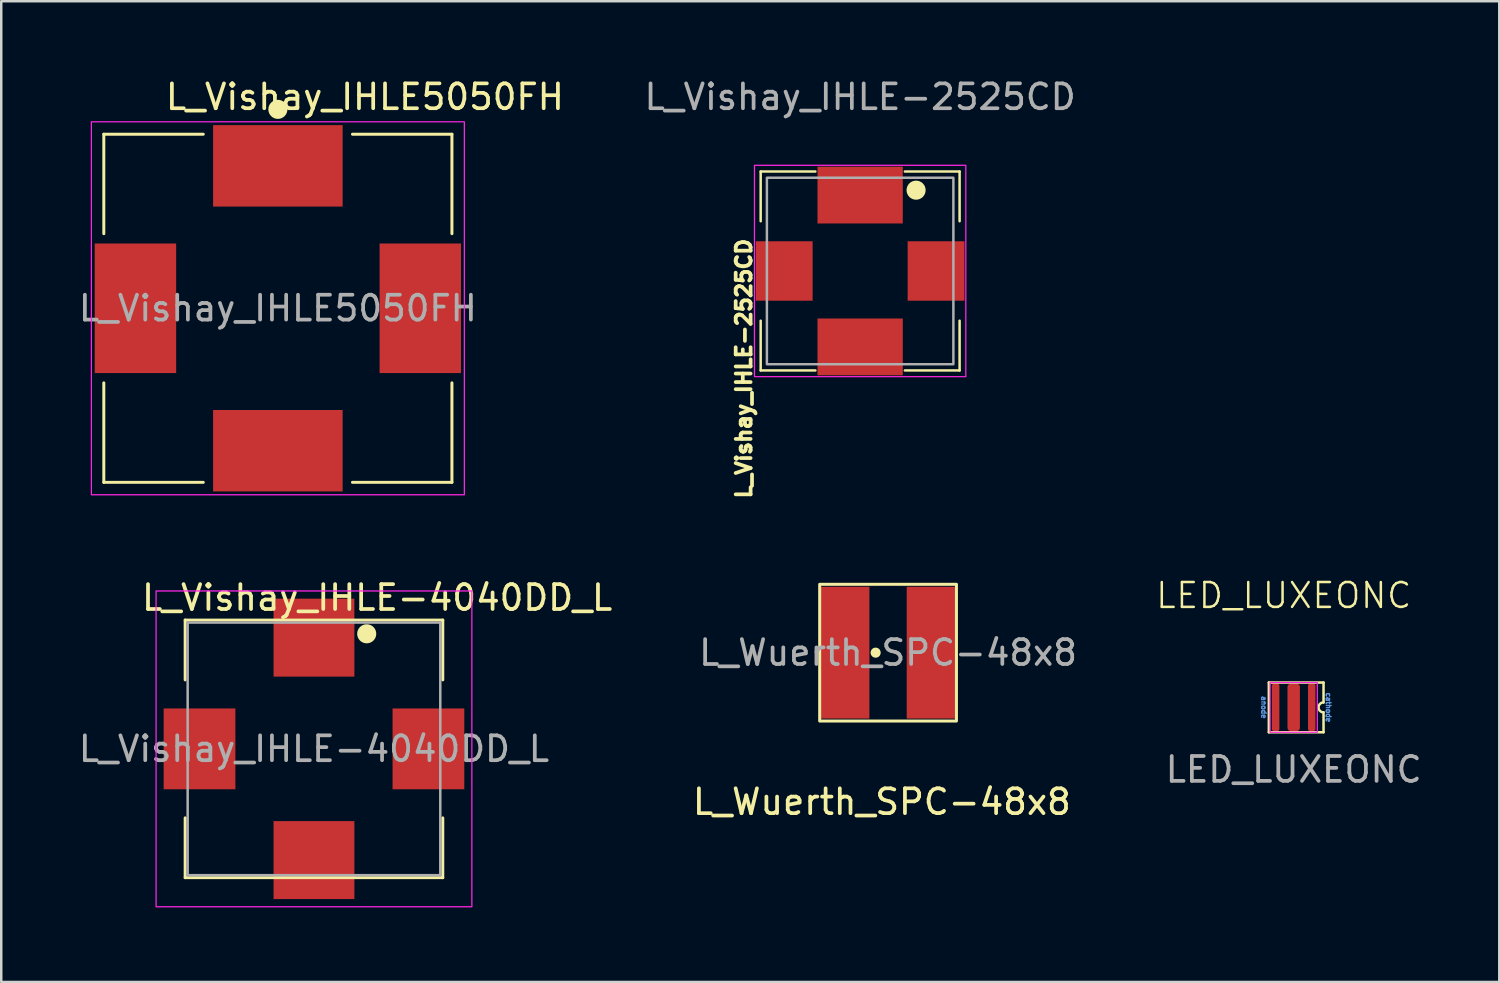
<source format=kicad_pcb>
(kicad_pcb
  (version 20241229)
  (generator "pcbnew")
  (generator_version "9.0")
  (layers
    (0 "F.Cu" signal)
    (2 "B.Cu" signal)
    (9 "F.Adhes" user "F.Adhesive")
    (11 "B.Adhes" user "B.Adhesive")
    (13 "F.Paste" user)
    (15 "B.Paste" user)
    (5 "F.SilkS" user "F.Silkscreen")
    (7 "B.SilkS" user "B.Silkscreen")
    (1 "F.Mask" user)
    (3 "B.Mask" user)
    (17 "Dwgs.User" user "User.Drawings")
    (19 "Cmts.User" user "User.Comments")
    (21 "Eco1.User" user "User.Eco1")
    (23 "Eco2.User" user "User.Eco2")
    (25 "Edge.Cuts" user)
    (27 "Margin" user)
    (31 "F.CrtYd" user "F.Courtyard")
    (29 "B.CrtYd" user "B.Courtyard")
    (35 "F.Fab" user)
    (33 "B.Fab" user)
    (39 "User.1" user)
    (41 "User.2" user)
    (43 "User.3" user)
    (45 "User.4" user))
  (footprint "L_Vishay_IHLE5050FH"
    (layer "F.Cu")
    (at 8.125 9.348)
    (property "Reference" "L_Vishay_IHLE5050FH" (at 3.5 -8.5 0) (layer "F.SilkS") (effects (font (size 1 1) (thickness 0.15))))
    (attr smd)
    (fp_line (start -7 -7) (end -3 -7) (stroke (width 0.12) (type default)) (layer "F.SilkS"))
    (fp_line (start -7 -3) (end -7 -7) (stroke (width 0.12) (type default)) (layer "F.SilkS"))
    (fp_line (start -7 7) (end -7 3) (stroke (width 0.12) (type default)) (layer "F.SilkS"))
    (fp_line (start -3 7) (end -7 7) (stroke (width 0.12) (type default)) (layer "F.SilkS"))
    (fp_line (start 3 -7) (end 7 -7) (stroke (width 0.12) (type default)) (layer "F.SilkS"))
    (fp_line (start 7 -7) (end 7 -3) (stroke (width 0.12) (type default)) (layer "F.SilkS"))
    (fp_line (start 7 3) (end 7 7) (stroke (width 0.12) (type default)) (layer "F.SilkS"))
    (fp_line (start 7 7) (end 3 7) (stroke (width 0.12) (type default)) (layer "F.SilkS"))
    (fp_circle (center 0 -8) (end 0.334 -8) (stroke (width 0.1) (type solid)) (fill yes) (layer "F.SilkS"))
    (fp_rect (start -7.5 -7.5) (end 7.5 7.5) (stroke (width 0.05) (type default)) (fill no) (layer "F.CrtYd"))
    (fp_text user "${REFERENCE}" (at 0 0 0) (layer "F.Fab") (effects (font (size 1 1) (thickness 0.15))))
    (pad "1" smd rect (at 0 -5.728 90) (size 3.275 5.21) (layers "F.Cu" "F.Mask" "F.Paste"))
    (pad "2" smd rect (at 0 5.728 270) (size 3.275 5.21) (layers "F.Cu" "F.Mask" "F.Paste"))
    (pad "3" smd rect (at -5.728 0 180) (size 3.275 5.21) (layers "F.Cu" "F.Mask" "F.Paste"))
    (pad "4" smd rect (at 5.728 0) (size 3.275 5.21) (layers "F.Cu" "F.Mask" "F.Paste")))
  (footprint "L_Vishay_IHLE-4040DD_L"
    (layer "F.Cu")
    (at 9.577 27.067)
    (property "Reference" "L_Vishay_IHLE-4040DD_L" (at 2.54 -6.08 0) (layer "F.SilkS") (effects (font (size 1 1) (thickness 0.15))))
    (attr smd)
    (fp_line (start -5.18 -5.18) (end 5.18 -5.18) (stroke (width 0.12) (type solid)) (layer "F.SilkS"))
    (fp_line (start -5.18 -2.775) (end -5.18 -5.18) (stroke (width 0.12) (type solid)) (layer "F.SilkS"))
    (fp_line (start -5.18 2.775) (end -5.18 5.18) (stroke (width 0.12) (type solid)) (layer "F.SilkS"))
    (fp_line (start -5.18 5.18) (end 5.18 5.18) (stroke (width 0.12) (type solid)) (layer "F.SilkS"))
    (fp_line (start 5.18 -5.18) (end 5.18 -2.775) (stroke (width 0.12) (type solid)) (layer "F.SilkS"))
    (fp_line (start 5.18 5.18) (end 5.18 2.775) (stroke (width 0.12) (type solid)) (layer "F.SilkS"))
    (fp_circle (center 2.121 -4.628) (end 2.455 -4.628) (stroke (width 0.1) (type solid)) (fill yes) (layer "F.SilkS"))
    (fp_rect (start -6.35 -6.35) (end 6.35 6.35) (stroke (width 0.05) (type default)) (fill no) (layer "F.CrtYd"))
    (fp_line (start -5.08 -5.08) (end -5.08 5.08) (stroke (width 0.1) (type solid)) (layer "F.Fab"))
    (fp_line (start -5.08 5.08) (end 5.08 5.08) (stroke (width 0.1) (type solid)) (layer "F.Fab"))
    (fp_line (start 5.08 -5.08) (end -5.08 -5.08) (stroke (width 0.1) (type solid)) (layer "F.Fab"))
    (fp_line (start 5.08 5.08) (end 5.08 -5.08) (stroke (width 0.1) (type solid)) (layer "F.Fab"))
    (fp_text user "${REFERENCE}" (at 0 0 0) (layer "F.Fab") (effects (font (size 1 1) (thickness 0.15))))
    (pad "1" smd rect (at 0 -4.473 90) (size 3.135 3.25) (layers "F.Cu" "F.Mask" "F.Paste"))
    (pad "2" smd rect (at 0 4.473 90) (size 3.135 3.25) (layers "F.Cu" "F.Mask" "F.Paste"))
    (pad "3" smd rect (at -4.603 0) (size 2.885 3.25) (layers "F.Cu" "F.Mask" "F.Paste"))
    (pad "4" smd rect (at 4.603 0) (size 2.885 3.25) (layers "F.Cu" "F.Mask" "F.Paste")))
  (footprint "LED_LUXEONC"
    (layer "F.Cu")
    (at 48.978 25.399)
    (property "Reference" "LED_LUXEONC" (at -0.4 -4.5 0) (unlocked yes) (layer "F.SilkS") (effects (font (size 1 1) (thickness 0.1))))
    (attr smd)
    (fp_line (start -1 -1) (end -1 1) (stroke (width 0.1) (type default)) (layer "F.SilkS"))
    (fp_line (start -1 1) (end 1.2 1) (stroke (width 0.1) (type default)) (layer "F.SilkS"))
    (fp_line (start 1.2 -1) (end -1 -1) (stroke (width 0.1) (type default)) (layer "F.SilkS"))
    (fp_line (start 1.2 -0.2) (end 1.2 -1) (stroke (width 0.1) (type default)) (layer "F.SilkS"))
    (fp_line (start 1.2 1) (end 1.2 0.2) (stroke (width 0.1) (type default)) (layer "F.SilkS"))
    (fp_arc (start 1.2 0.2) (mid 1 0) (end 1.2 -0.2) (stroke (width 0.1) (type default)) (layer "F.SilkS"))
    (fp_rect (start -0.95 -1) (end 0.95 1) (stroke (width 0.05) (type default)) (fill no) (layer "F.CrtYd"))
    (fp_text user "anode" (at -1.2 0 270) (unlocked yes) (layer "Cmts.User") (effects (font (size 0.2 0.2) (thickness 0.05))))
    (fp_text user "cathode" (at 1.4 0 270) (unlocked yes) (layer "Cmts.User") (effects (font (size 0.2 0.2) (thickness 0.05))))
    (fp_text user "${REFERENCE}" (at 0 2.5 0) (unlocked yes) (layer "F.Fab") (effects (font (size 1 1) (thickness 0.15))))
    (pad "1" smd roundrect (at -0.725 0) (size 0.3 1.9) (layers "F.Cu" "F.Mask" "F.Paste") (roundrect_rratio 0.25))
    (pad "2" smd roundrect (at 0.725 0) (size 0.3 1.9) (layers "F.Cu" "F.Mask" "F.Paste") (roundrect_rratio 0.25))
    (pad "3" smd roundrect (at 0 0) (size 0.5 1.9) (layers "F.Cu" "F.Mask" "F.Paste") (roundrect_rratio 0.25)))
  (footprint "L_Vishay_IHLE-2525CD"
    (layer "F.Cu")
    (at 31.542 7.848)
    (property "Reference" "L_Vishay_IHLE-2525CD" (at -4.675 3.925 90) (layer "F.SilkS") (effects (font (size 0.6 0.6) (thickness 0.15))))
    (attr smd)
    (fp_line (start -4 -4) (end -4 -2) (stroke (width 0.1) (type default)) (layer "F.SilkS"))
    (fp_line (start -4 4) (end -4 2) (stroke (width 0.1) (type default)) (layer "F.SilkS"))
    (fp_line (start -1.8 -4) (end -4 -4) (stroke (width 0.1) (type default)) (layer "F.SilkS"))
    (fp_line (start -1.8 4) (end -4 4) (stroke (width 0.1) (type default)) (layer "F.SilkS"))
    (fp_line (start 1.8 4) (end 4 4) (stroke (width 0.1) (type default)) (layer "F.SilkS"))
    (fp_line (start 4 -4) (end 1.8 -4) (stroke (width 0.1) (type default)) (layer "F.SilkS"))
    (fp_line (start 4 -4) (end 4 -2) (stroke (width 0.1) (type default)) (layer "F.SilkS"))
    (fp_line (start 4 4) (end 4 2) (stroke (width 0.1) (type default)) (layer "F.SilkS"))
    (fp_circle (center 2.25 -3.25) (end 2.584 -3.25) (stroke (width 0.1) (type solid)) (fill yes) (layer "F.SilkS"))
    (fp_rect (start -4.25 4.25) (end 4.25 -4.25) (stroke (width 0.05) (type default)) (fill no) (layer "F.CrtYd"))
    (fp_rect (start -3.75 3.75) (end 3.75 -3.75) (stroke (width 0.1) (type default)) (fill no) (layer "F.Fab"))
    (fp_text user "${REFERENCE}" (at 0 -7 0) (layer "F.Fab") (effects (font (size 1 1) (thickness 0.15))))
    (pad "1" smd rect (at 0 -3.053 90) (size 2.285 3.43) (layers "F.Cu" "F.Mask" "F.Paste"))
    (pad "2" smd rect (at 0 3.053 90) (size 2.285 3.43) (layers "F.Cu" "F.Mask" "F.Paste"))
    (pad "3" smd rect (at -3.053 0) (size 2.285 2.39) (layers "F.Cu" "F.Mask" "F.Paste"))
    (pad "4" smd rect (at 3.053 0) (size 2.285 2.39) (layers "F.Cu" "F.Mask" "F.Paste")))
  (footprint "L_Wuerth_SPC-48x8"
    (layer "F.Cu")
    (at 32.665 23.198)
    (property "Reference" "L_Wuerth_SPC-48x8" (at -0.25 6 0) (layer "F.SilkS") (effects (font (size 1 1) (thickness 0.15))))
    (attr smd)
    (fp_rect (start -2.75 2.75) (end 2.75 -2.75) (stroke (width 0.12) (type default)) (fill no) (layer "F.SilkS"))
    (fp_circle (center -0.5 0) (end -0.357 0) (stroke (width 0.12) (type solid)) (fill yes) (layer "F.SilkS"))
    (fp_rect (start -3 3) (end 3 -3) (stroke (width 0.12) (type default)) (fill no) (layer "Margin"))
    (fp_text user "${REFERENCE}" (at 0 0 0) (layer "F.Fab") (effects (font (size 1 1) (thickness 0.15))))
    (pad "1" smd rect (at -1.75 0 90) (size 5.3 2) (layers "F.Cu" "F.Mask" "F.Paste"))
    (pad "2" smd rect (at 1.75 0 90) (size 5.3 2) (layers "F.Cu" "F.Mask" "F.Paste")))
  (gr_rect
    (start -3 -3)
    (end 57.246 36.441)
    (stroke (width 0.1) (type default))
    (fill no)
    (layer "Edge.Cuts")))
</source>
